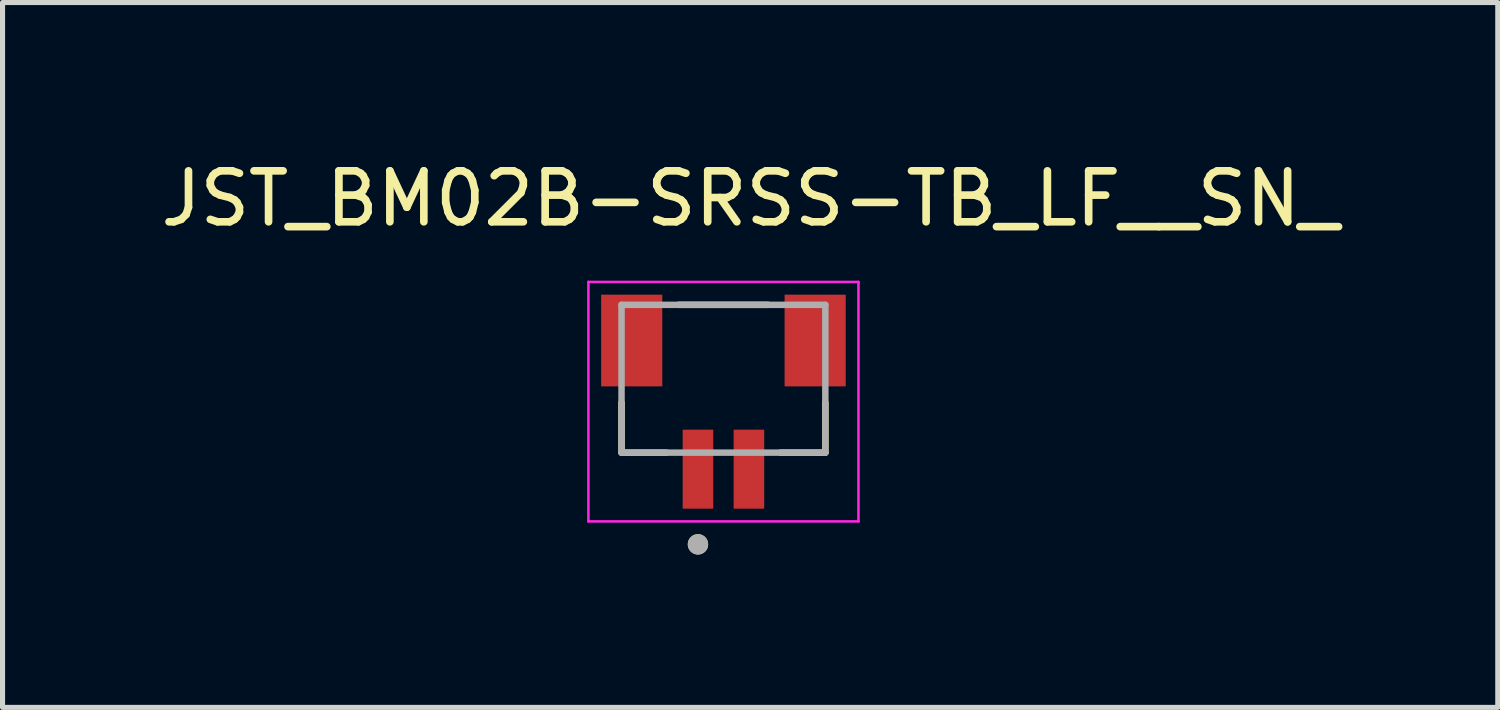
<source format=kicad_pcb>
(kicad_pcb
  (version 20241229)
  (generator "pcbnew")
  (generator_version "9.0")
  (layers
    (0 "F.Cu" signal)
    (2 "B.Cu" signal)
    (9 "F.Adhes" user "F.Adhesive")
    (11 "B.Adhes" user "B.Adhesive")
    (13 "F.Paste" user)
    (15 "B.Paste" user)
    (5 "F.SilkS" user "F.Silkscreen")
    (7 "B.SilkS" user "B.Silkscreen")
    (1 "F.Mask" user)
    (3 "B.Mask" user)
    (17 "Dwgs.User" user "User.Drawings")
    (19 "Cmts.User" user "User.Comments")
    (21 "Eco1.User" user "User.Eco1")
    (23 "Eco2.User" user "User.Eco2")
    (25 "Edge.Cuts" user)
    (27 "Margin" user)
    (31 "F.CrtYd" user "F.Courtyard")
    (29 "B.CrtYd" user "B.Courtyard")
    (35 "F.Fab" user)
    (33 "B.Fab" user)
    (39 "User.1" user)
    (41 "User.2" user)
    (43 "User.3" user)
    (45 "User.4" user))
  (footprint "JST_BM02B-SRSS-TB_LF__SN_"
    (layer "F.Cu")
    (at 11.148 3.633)
    (property "Reference" "JST_BM02B-SRSS-TB_LF__SN_" (at 0.525 -2.785 0) (layer "F.SilkS") (effects (font (size 1 1) (thickness 0.15))))
    (attr smd)
    (fp_line (start -2 2.2) (end -2 1.22) (stroke (width 0.127) (type solid)) (layer "F.SilkS"))
    (fp_line (start -1.12 2.2) (end -2 2.2) (stroke (width 0.127) (type solid)) (layer "F.SilkS"))
    (fp_line (start -0.88 -0.7) (end 0.88 -0.7) (stroke (width 0.127) (type solid)) (layer "F.SilkS"))
    (fp_line (start 2 2.2) (end 1.12 2.2) (stroke (width 0.127) (type solid)) (layer "F.SilkS"))
    (fp_line (start 2 2.2) (end 2 1.22) (stroke (width 0.127) (type solid)) (layer "F.SilkS"))
    (fp_circle (center -0.5 4) (end -0.4 4) (stroke (width 0.2) (type solid)) (fill no) (layer "F.SilkS"))
    (fp_line (start -2.65 -1.15) (end -2.65 3.55) (stroke (width 0.05) (type solid)) (layer "F.CrtYd"))
    (fp_line (start -2.65 3.55) (end 2.65 3.55) (stroke (width 0.05) (type solid)) (layer "F.CrtYd"))
    (fp_line (start 2.65 -1.15) (end -2.65 -1.15) (stroke (width 0.05) (type solid)) (layer "F.CrtYd"))
    (fp_line (start 2.65 3.55) (end 2.65 -1.15) (stroke (width 0.05) (type solid)) (layer "F.CrtYd"))
    (fp_line (start -2 -0.7) (end 2 -0.7) (stroke (width 0.127) (type solid)) (layer "F.Fab"))
    (fp_line (start -2 2.2) (end -2 -0.7) (stroke (width 0.127) (type solid)) (layer "F.Fab"))
    (fp_line (start 2 -0.7) (end 2 2.2) (stroke (width 0.127) (type solid)) (layer "F.Fab"))
    (fp_line (start 2 2.2) (end -2 2.2) (stroke (width 0.127) (type solid)) (layer "F.Fab"))
    (fp_circle (center -0.5 4) (end -0.4 4) (stroke (width 0.2) (type solid)) (fill no) (layer "F.Fab"))
    (pad "1" smd rect (at -0.5 2.525) (size 0.6 1.55) (layers "F.Cu" "F.Mask" "F.Paste"))
    (pad "2" smd rect (at 0.5 2.525) (size 0.6 1.55) (layers "F.Cu" "F.Mask" "F.Paste"))
    (pad "S1" smd rect (at -1.8 0) (size 1.2 1.8) (layers "F.Cu" "F.Mask" "F.Paste"))
    (pad "S2" smd rect (at 1.8 0) (size 1.2 1.8) (layers "F.Cu" "F.Mask" "F.Paste")))
  (gr_rect
    (start -3 -3)
    (end 26.345 10.833)
    (stroke (width 0.1) (type default))
    (fill no)
    (layer "Edge.Cuts")))
</source>
